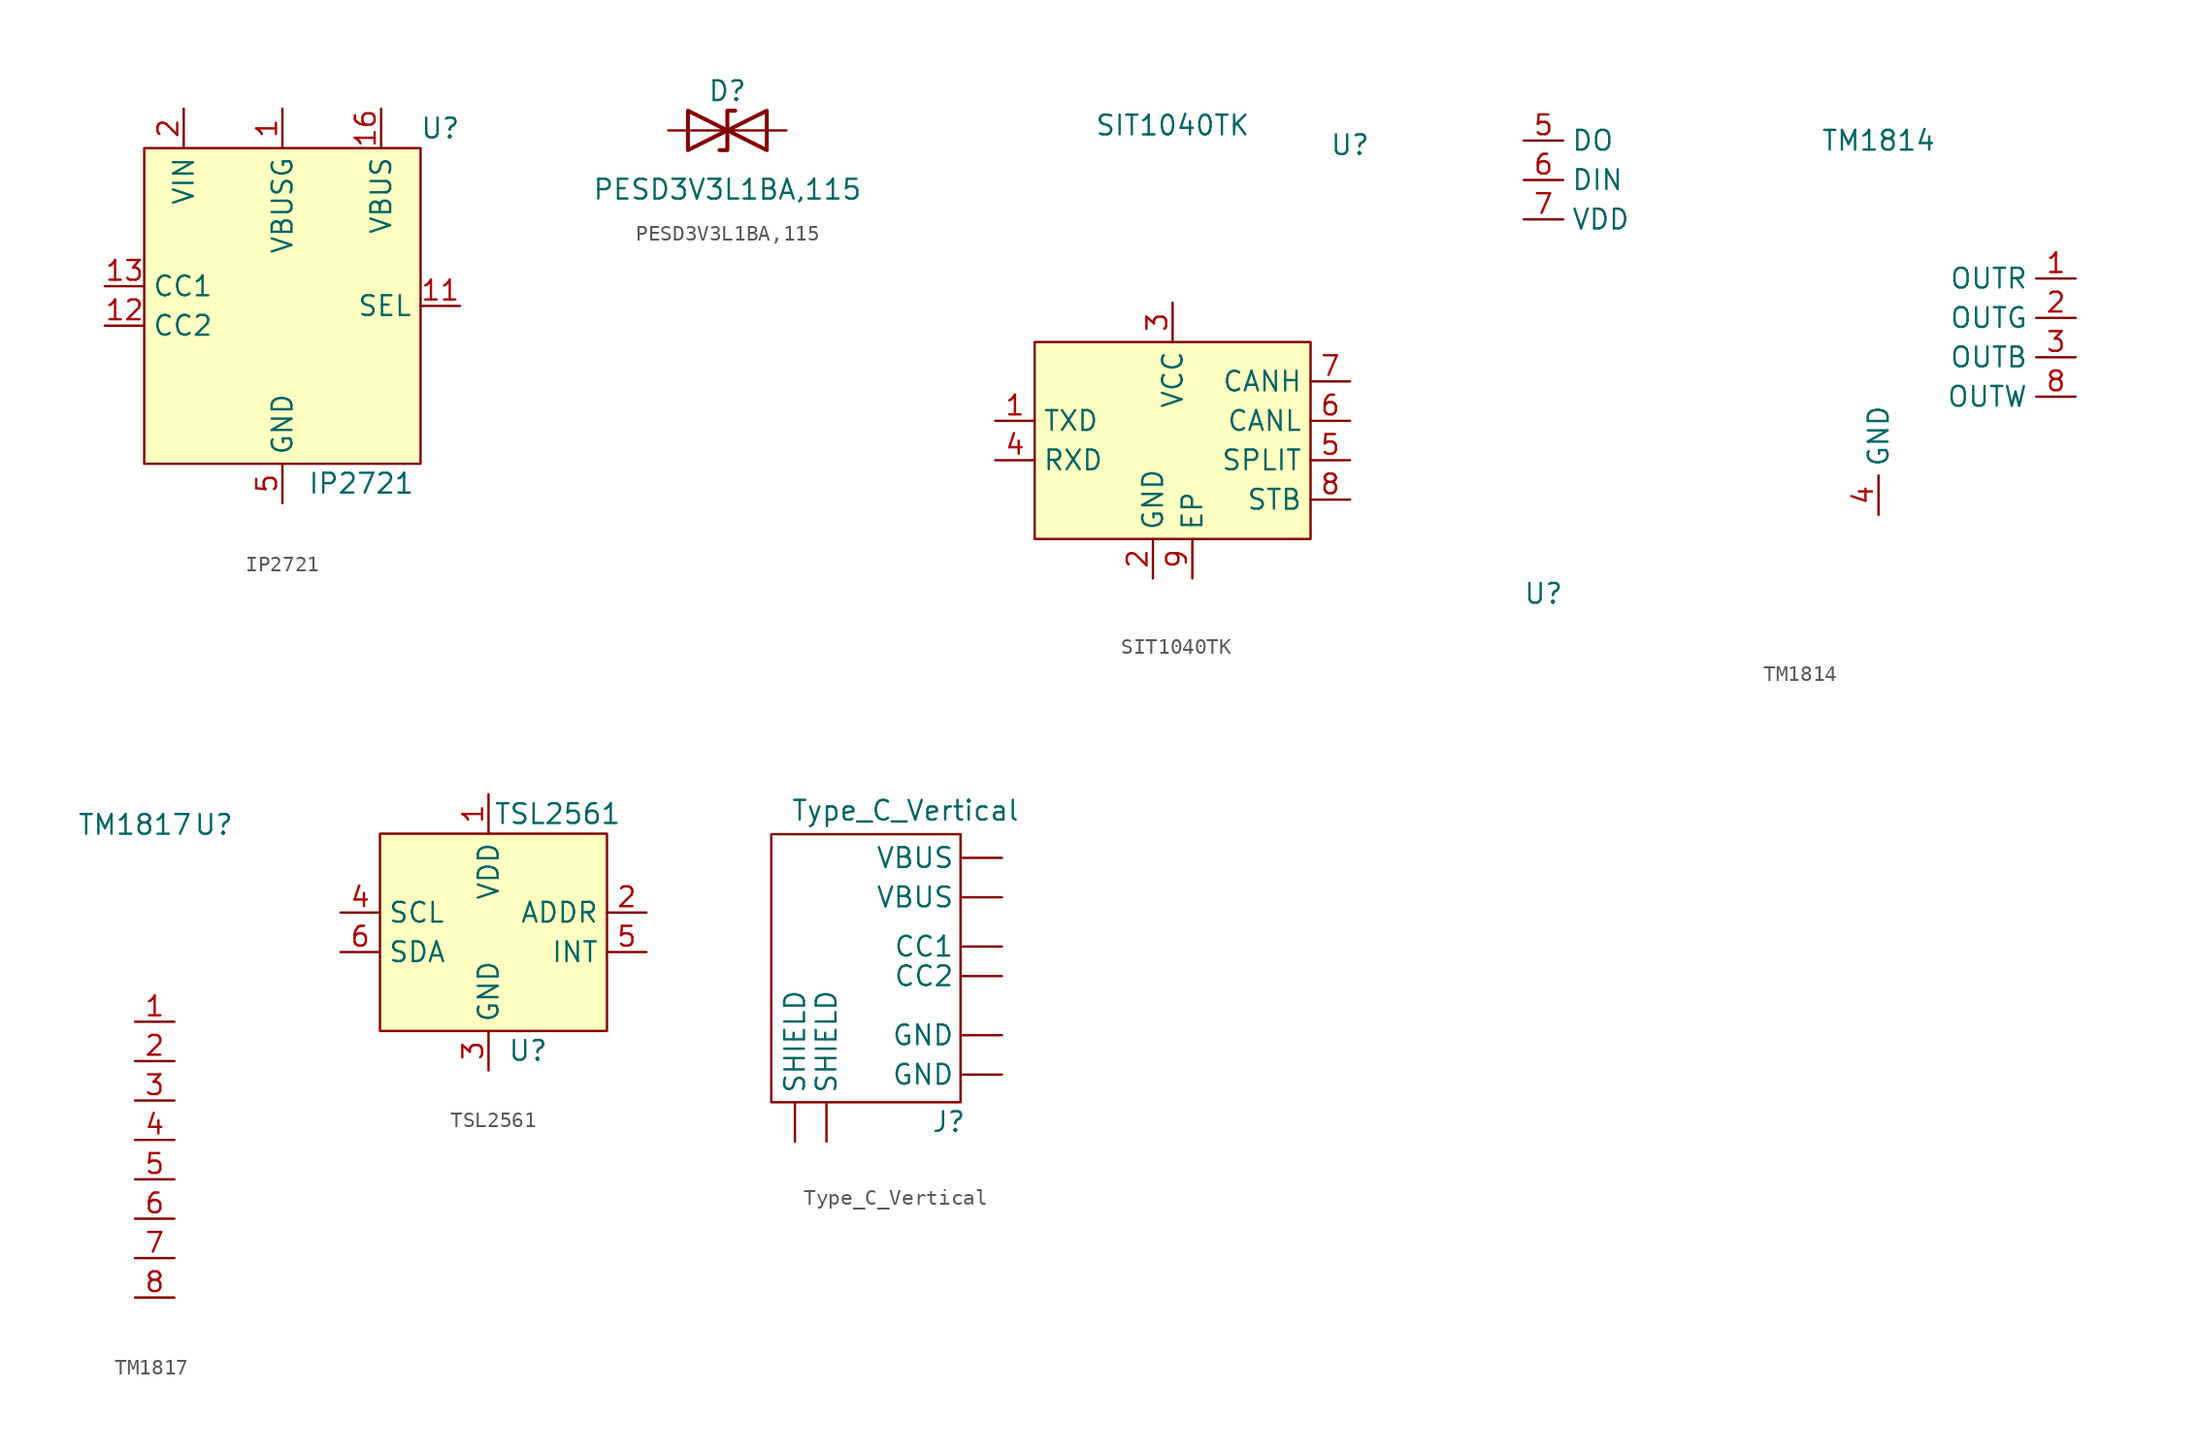
<source format=kicad_sym>
(kicad_symbol_lib
  (version 20211014)
  (generator kicad_symbol_editor)
  (symbol "IP2721"
    (property "Reference" "U"
      (at 10.16 11.43 0)
      (effects (font (size 1.27 1.27))))
    (property "Value" "IP2721"
      (at 5.08 -11.43 0)
      (effects (font (size 1.27 1.27))))
    (symbol "IP2721_0_0"
      (pin output line (at 0 12.7 270) (length 2.54) (name "VBUSG" (effects (font (size 1.27 1.27)))) (number "1" (effects (font (size 1.27 1.27)))))
      (pin input line (at 11.43 0 180) (length 2.54) (name "SEL" (effects (font (size 1.27 1.27)))) (number "11" (effects (font (size 1.27 1.27)))))
      (pin input line (at -11.43 -1.27 0) (length 2.54) (name "CC2" (effects (font (size 1.27 1.27)))) (number "12" (effects (font (size 1.27 1.27)))))
      (pin input line (at -11.43 1.27 0) (length 2.54) (name "CC1" (effects (font (size 1.27 1.27)))) (number "13" (effects (font (size 1.27 1.27)))))
      (pin power_in line (at 6.35 12.7 270) (length 2.54) (name "VBUS" (effects (font (size 1.27 1.27)))) (number "16" (effects (font (size 1.27 1.27)))))
      (pin power_in line (at -6.35 12.7 270) (length 2.54) (name "VIN" (effects (font (size 1.27 1.27)))) (number "2" (effects (font (size 1.27 1.27)))))
      (pin power_out line (at 0 -12.7 90) (length 2.54) (name "GND" (effects (font (size 1.27 1.27)))) (number "5" (effects (font (size 1.27 1.27))))))
    (symbol "IP2721_0_1"
      (rectangle (start -8.89 10.16) (end 8.89 -10.16) (stroke (width 0) (type default) (color 0 0 0 0)) (fill (type background)))))
  (symbol "PESD3V3L1BA,115"
    (property "Reference" "D"
      (at 0 2.54 0)
      (effects (font (size 1.27 1.27))))
    (property "Value" "PESD3V3L1BA,115"
      (at 0 -3.81 0)
      (effects (font (size 1.27 1.27))))
    (symbol "PESD3V3L1BA,115_0_1"
      (polyline (pts (xy 1.27 0) (xy -1.27 0)) (stroke (width 0) (type default) (color 0 0 0 0)) (fill (type none)))
      (polyline (pts (xy 0.508 1.27) (xy 0 1.27) (xy 0 -1.27) (xy -0.508 -1.27)) (stroke (width 0.254) (type default) (color 0 0 0 0)) (fill (type none)))
      (polyline (pts (xy -2.54 1.27) (xy -2.54 -1.27) (xy 2.54 1.27) (xy 2.54 -1.27) (xy -2.54 1.27)) (stroke (width 0.254) (type default) (color 0 0 0 0)) (fill (type none))))
    (symbol "PESD3V3L1BA,115_1_1"
      (pin passive line (at -3.81 0 0) (length 2.54) (name "" (effects (font (size 1.27 1.27)))) (number "" (effects (font (size 1.27 1.27)))))
      (pin passive line (at 3.81 0 180) (length 2.54) (name "" (effects (font (size 1.27 1.27)))) (number "" (effects (font (size 1.27 1.27)))))))
  (symbol "SIT1040TK"
    (property "Reference" "U"
      (at 11.43 19.05 0)
      (effects (font (size 1.27 1.27))))
    (property "Value" "SIT1040TK"
      (at 0 20.32 0)
      (effects (font (size 1.27 1.27))))
    (symbol "SIT1040TK_0_0"
      (pin unspecified line (at -11.43 1.27 0) (length 2.54) (name "TXD" (effects (font (size 1.27 1.27)))) (number "1" (effects (font (size 1.27 1.27)))))
      (pin unspecified line (at -1.27 -8.89 90) (length 2.54) (name "GND" (effects (font (size 1.27 1.27)))) (number "2" (effects (font (size 1.27 1.27)))))
      (pin unspecified line (at 0 8.89 270) (length 2.54) (name "VCC" (effects (font (size 1.27 1.27)))) (number "3" (effects (font (size 1.27 1.27)))))
      (pin unspecified line (at -11.43 -1.27 0) (length 2.54) (name "RXD" (effects (font (size 1.27 1.27)))) (number "4" (effects (font (size 1.27 1.27)))))
      (pin unspecified line (at 11.43 -1.27 180) (length 2.54) (name "SPLIT" (effects (font (size 1.27 1.27)))) (number "5" (effects (font (size 1.27 1.27)))))
      (pin unspecified line (at 11.43 1.27 180) (length 2.54) (name "CANL" (effects (font (size 1.27 1.27)))) (number "6" (effects (font (size 1.27 1.27)))))
      (pin unspecified line (at 11.43 3.81 180) (length 2.54) (name "CANH" (effects (font (size 1.27 1.27)))) (number "7" (effects (font (size 1.27 1.27)))))
      (pin unspecified line (at 11.43 -3.81 180) (length 2.54) (name "STB" (effects (font (size 1.27 1.27)))) (number "8" (effects (font (size 1.27 1.27)))))
      (pin unspecified line (at 1.27 -8.89 90) (length 2.54) (name "EP" (effects (font (size 1.27 1.27)))) (number "9" (effects (font (size 1.27 1.27))))))
    (symbol "SIT1040TK_0_1"
      (rectangle (start -8.89 6.35) (end 8.89 -6.35) (stroke (width 0) (type default) (color 0 0 0 0)) (fill (type background)))))
  (symbol "TM1814"
    (property "Reference" "U"
      (at -21.59 -16.51 0)
      (effects (font (size 1.27 1.27))))
    (property "Value" "TM1814"
      (at 0 12.7 0)
      (effects (font (size 1.27 1.27))))
    (symbol "TM1814_0_0"
      (pin open_emitter line (at 12.7 3.81 180) (length 2.54) (name "OUTR" (effects (font (size 1.27 1.27)))) (number "1" (effects (font (size 1.27 1.27)))))
      (pin open_emitter line (at 12.7 1.27 180) (length 2.54) (name "OUTG" (effects (font (size 1.27 1.27)))) (number "2" (effects (font (size 1.27 1.27)))))
      (pin open_emitter line (at 12.7 -1.27 180) (length 2.54) (name "OUTB" (effects (font (size 1.27 1.27)))) (number "3" (effects (font (size 1.27 1.27)))))
      (pin power_in line (at 0 -11.43 90) (length 2.54) (name "GND" (effects (font (size 1.27 1.27)))) (number "4" (effects (font (size 1.27 1.27)))))
      (pin output line (at -22.86 12.7 0) (length 2.54) (name "DO" (effects (font (size 1.27 1.27)))) (number "5" (effects (font (size 1.27 1.27)))))
      (pin output line (at -22.86 10.16 0) (length 2.54) (name "DIN" (effects (font (size 1.27 1.27)))) (number "6" (effects (font (size 1.27 1.27)))))
      (pin power_in line (at -22.86 7.62 0) (length 2.54) (name "VDD" (effects (font (size 1.27 1.27)))) (number "7" (effects (font (size 1.27 1.27)))))
      (pin open_emitter line (at 12.7 -3.81 180) (length 2.54) (name "OUTW" (effects (font (size 1.27 1.27)))) (number "8" (effects (font (size 1.27 1.27)))))))
  (symbol "TM1817"
    (property "Reference" "U"
      (at 5.08 12.7 0)
      (effects (font (size 1.27 1.27))))
    (property "Value" "TM1817"
      (at 0 12.7 0)
      (effects (font (size 1.27 1.27))))
    (symbol "TM1817_0_0"
      (pin unspecified line (at 0 0 0) (length 2.54) (name "" (effects (font (size 1.27 1.27)))) (number "1" (effects (font (size 1.27 1.27)))))
      (pin unspecified line (at 0 -2.54 0) (length 2.54) (name "" (effects (font (size 1.27 1.27)))) (number "2" (effects (font (size 1.27 1.27)))))
      (pin unspecified line (at 0 -5.08 0) (length 2.54) (name "" (effects (font (size 1.27 1.27)))) (number "3" (effects (font (size 1.27 1.27)))))
      (pin unspecified line (at 0 -7.62 0) (length 2.54) (name "" (effects (font (size 1.27 1.27)))) (number "4" (effects (font (size 1.27 1.27)))))
      (pin unspecified line (at 0 -10.16 0) (length 2.54) (name "" (effects (font (size 1.27 1.27)))) (number "5" (effects (font (size 1.27 1.27)))))
      (pin unspecified line (at 0 -12.7 0) (length 2.54) (name "" (effects (font (size 1.27 1.27)))) (number "6" (effects (font (size 1.27 1.27)))))
      (pin unspecified line (at 0 -15.24 0) (length 2.54) (name "" (effects (font (size 1.27 1.27)))) (number "7" (effects (font (size 1.27 1.27)))))
      (pin unspecified line (at 0 -17.78 0) (length 2.54) (name "" (effects (font (size 1.27 1.27)))) (number "8" (effects (font (size 1.27 1.27)))))))
  (symbol "TSL2561"
    (property "Reference" "U"
      (at 2.54 -7.62 0)
      (effects (font (size 1.27 1.27))))
    (property "Value" "TSL2561"
      (at 4.445 7.62 0)
      (effects (font (size 1.27 1.27))))
    (symbol "TSL2561_0_0"
      (pin unspecified line (at 0 8.89 270) (length 2.54) (name "VDD" (effects (font (size 1.27 1.27)))) (number "1" (effects (font (size 1.27 1.27)))))
      (pin unspecified line (at 10.16 1.27 180) (length 2.54) (name "ADDR" (effects (font (size 1.27 1.27)))) (number "2" (effects (font (size 1.27 1.27)))))
      (pin unspecified line (at 0 -8.89 90) (length 2.54) (name "GND" (effects (font (size 1.27 1.27)))) (number "3" (effects (font (size 1.27 1.27)))))
      (pin unspecified line (at -9.525 1.27 0) (length 2.54) (name "SCL" (effects (font (size 1.27 1.27)))) (number "4" (effects (font (size 1.27 1.27)))))
      (pin unspecified line (at 10.16 -1.27 180) (length 2.54) (name "INT" (effects (font (size 1.27 1.27)))) (number "5" (effects (font (size 1.27 1.27)))))
      (pin unspecified line (at -9.525 -1.27 0) (length 2.54) (name "SDA" (effects (font (size 1.27 1.27)))) (number "6" (effects (font (size 1.27 1.27))))))
    (symbol "TSL2561_0_1"
      (rectangle (start -6.985 6.35) (end 7.62 -6.35) (stroke (width 0) (type default) (color 0 0 0 0)) (fill (type background)))))
  (symbol "Type_C_Vertical"
    (pin_numbers hide)
    (property "Reference" "J"
      (at 3.302 -10.414 0)
      (effects (font (size 1.27 1.27))))
    (property "Value" "Type_C_Vertical"
      (at 0.508 9.652 0)
      (effects (font (size 1.27 1.27))))
    (symbol "Type_C_Vertical_0_0"
      (pin unspecified line (at -6.604 -11.684 90) (length 2.54) (name "SHIELD" (effects (font (size 1.27 1.27)))) (number "7" (effects (font (size 1.27 1.27)))))
      (pin unspecified line (at -4.572 -11.684 90) (length 2.54) (name "SHIELD" (effects (font (size 1.27 1.27)))) (number "8" (effects (font (size 1.27 1.27)))))
      (pin unspecified line (at 6.731 -4.826 180) (length 2.54) (name "GND" (effects (font (size 1.27 1.27)))) (number "A12" (effects (font (size 1.27 1.27)))))
      (pin unspecified line (at 6.731 0.889 180) (length 2.54) (name "CC1" (effects (font (size 1.27 1.27)))) (number "A5" (effects (font (size 1.27 1.27)))))
      (pin unspecified line (at 6.731 6.604 180) (length 2.54) (name "VBUS" (effects (font (size 1.27 1.27)))) (number "A9" (effects (font (size 1.27 1.27)))))
      (pin unspecified line (at 6.731 -7.366 180) (length 2.54) (name "GND" (effects (font (size 1.27 1.27)))) (number "B12" (effects (font (size 1.27 1.27)))))
      (pin unspecified line (at 6.731 -1.016 180) (length 2.54) (name "CC2" (effects (font (size 1.27 1.27)))) (number "B5" (effects (font (size 1.27 1.27)))))
      (pin unspecified line (at 6.731 4.064 180) (length 2.54) (name "VBUS" (effects (font (size 1.27 1.27)))) (number "B9" (effects (font (size 1.27 1.27))))))
    (symbol "Type_C_Vertical_0_1"
      (rectangle (start -8.128 8.128) (end 4.064 -9.144) (stroke (width 0) (type default) (color 0 0 0 0)) (fill (type none))))))
</source>
